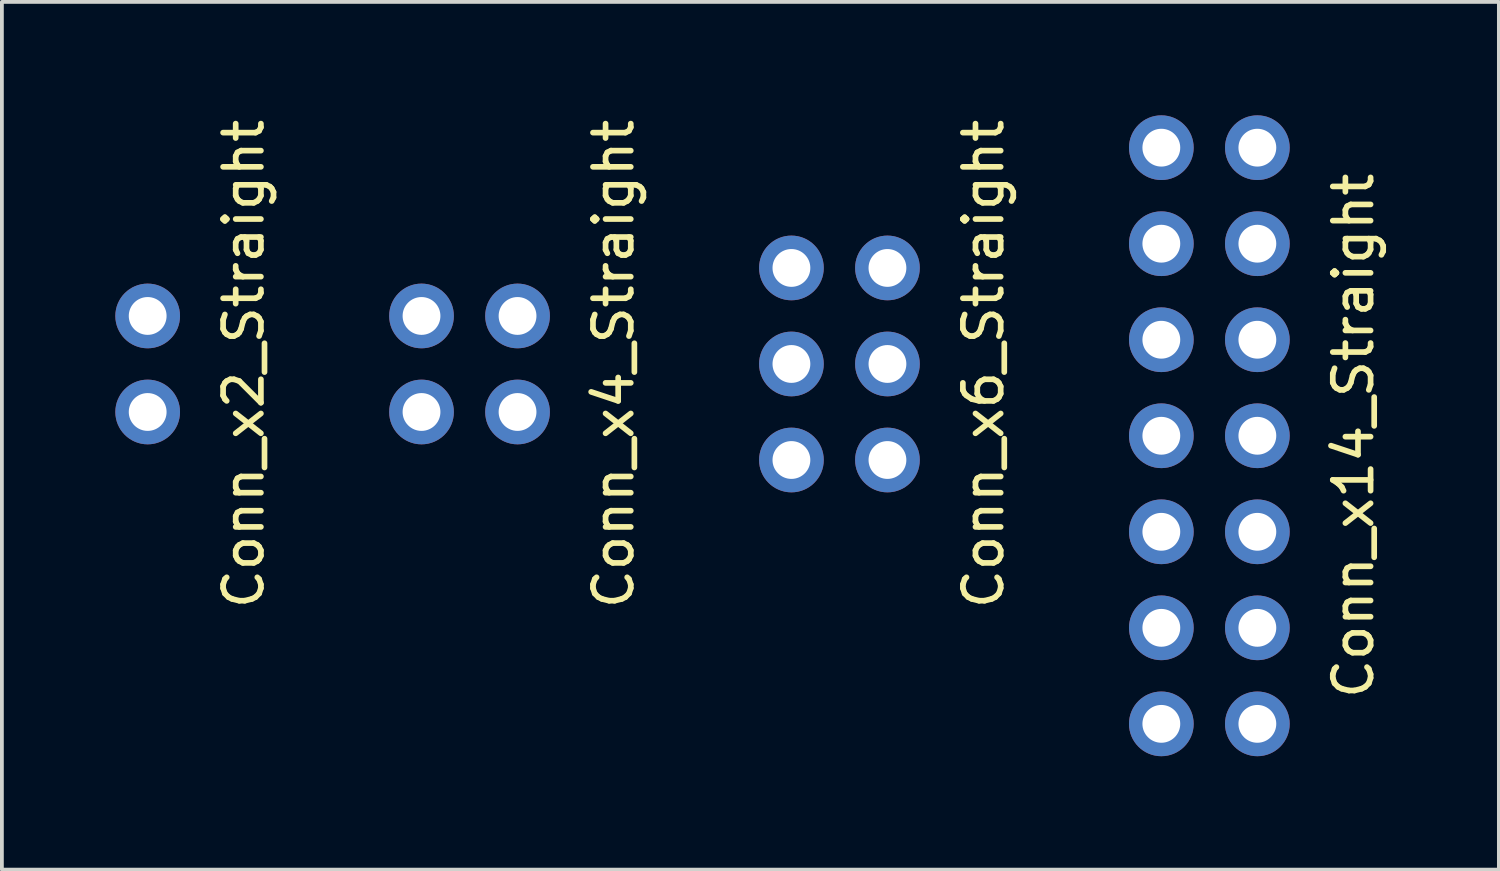
<source format=kicad_pcb>
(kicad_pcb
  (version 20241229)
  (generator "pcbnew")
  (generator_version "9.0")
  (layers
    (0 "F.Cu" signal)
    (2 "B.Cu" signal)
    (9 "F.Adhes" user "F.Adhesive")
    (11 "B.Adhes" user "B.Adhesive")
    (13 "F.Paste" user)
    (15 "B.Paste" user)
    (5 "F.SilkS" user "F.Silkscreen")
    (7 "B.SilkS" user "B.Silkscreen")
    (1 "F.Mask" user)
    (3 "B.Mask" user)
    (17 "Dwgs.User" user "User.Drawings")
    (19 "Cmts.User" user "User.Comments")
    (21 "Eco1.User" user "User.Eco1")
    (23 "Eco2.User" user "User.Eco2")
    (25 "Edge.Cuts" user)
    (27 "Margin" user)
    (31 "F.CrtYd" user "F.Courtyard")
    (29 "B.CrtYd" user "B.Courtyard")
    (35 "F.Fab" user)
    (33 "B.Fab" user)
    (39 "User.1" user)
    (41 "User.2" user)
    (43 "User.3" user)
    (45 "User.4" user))
  (footprint "Conn_x2_Straight"
    (layer "F.Cu")
    (at 0.856 6.577)
    (property "Reference" "Conn_x2_Straight" (at 2.54 0 90) (layer "F.SilkS") (effects (font (size 1 1) (thickness 0.15))))
    (attr through_hole)
    (pad "1" thru_hole circle (at 0 -1.27 180) (size 1.711 1.711) (drill 1) (layers "*.Cu" "*.Mask"))
    (pad "2" thru_hole circle (at 0 1.27 180) (size 1.711 1.711) (drill 1) (layers "*.Cu" "*.Mask")))
  (footprint "Conn_x4_Straight"
    (layer "F.Cu")
    (at 9.369 6.577)
    (property "Reference" "Conn_x4_Straight" (at 3.81 0 90) (layer "F.SilkS") (effects (font (size 1 1) (thickness 0.15))))
    (attr through_hole)
    (pad "1" thru_hole circle (at -1.27 -1.27 180) (size 1.711 1.711) (drill 1) (layers "*.Cu" "*.Mask"))
    (pad "2" thru_hole circle (at -1.27 1.27 180) (size 1.711 1.711) (drill 1) (layers "*.Cu" "*.Mask"))
    (pad "3" thru_hole circle (at 1.27 1.27 180) (size 1.711 1.711) (drill 1) (layers "*.Cu" "*.Mask"))
    (pad "4" thru_hole circle (at 1.27 -1.27 180) (size 1.711 1.711) (drill 1) (layers "*.Cu" "*.Mask")))
  (footprint "Conn_x6_Straight"
    (layer "F.Cu")
    (at 19.153 6.577)
    (property "Reference" "Conn_x6_Straight" (at 3.81 0 90) (layer "F.SilkS") (effects (font (size 1 1) (thickness 0.15))))
    (attr through_hole)
    (pad "1" thru_hole circle (at -1.27 -2.54 180) (size 1.711 1.711) (drill 1) (layers "*.Cu" "*.Mask"))
    (pad "2" thru_hole circle (at -1.27 0 180) (size 1.711 1.711) (drill 1) (layers "*.Cu" "*.Mask"))
    (pad "3" thru_hole circle (at -1.27 2.54 180) (size 1.711 1.711) (drill 1) (layers "*.Cu" "*.Mask"))
    (pad "4" thru_hole circle (at 1.27 2.54 180) (size 1.711 1.711) (drill 1) (layers "*.Cu" "*.Mask"))
    (pad "5" thru_hole circle (at 1.27 0 180) (size 1.711 1.711) (drill 1) (layers "*.Cu" "*.Mask"))
    (pad "6" thru_hole circle (at 1.27 -2.54 180) (size 1.711 1.711) (drill 1) (layers "*.Cu" "*.Mask")))
  (footprint "Conn_x14_Straight"
    (layer "F.Cu")
    (at 28.937 8.476)
    (property "Reference" "Conn_x14_Straight" (at 3.81 0 90) (layer "F.SilkS") (effects (font (size 1 1) (thickness 0.15))))
    (attr through_hole)
    (pad "1" thru_hole circle (at -1.27 -7.62 180) (size 1.711 1.711) (drill 1) (layers "*.Cu" "*.Mask"))
    (pad "2" thru_hole circle (at -1.27 -5.08 180) (size 1.711 1.711) (drill 1) (layers "*.Cu" "*.Mask"))
    (pad "3" thru_hole circle (at -1.27 -2.54 180) (size 1.711 1.711) (drill 1) (layers "*.Cu" "*.Mask"))
    (pad "4" thru_hole circle (at -1.27 0 180) (size 1.711 1.711) (drill 1) (layers "*.Cu" "*.Mask"))
    (pad "5" thru_hole circle (at -1.27 2.54 180) (size 1.711 1.711) (drill 1) (layers "*.Cu" "*.Mask"))
    (pad "6" thru_hole circle (at -1.27 5.08 180) (size 1.711 1.711) (drill 1) (layers "*.Cu" "*.Mask"))
    (pad "7" thru_hole circle (at -1.27 7.62 180) (size 1.711 1.711) (drill 1) (layers "*.Cu" "*.Mask"))
    (pad "8" thru_hole circle (at 1.27 7.62) (size 1.711 1.711) (drill 1) (layers "*.Cu" "*.Mask"))
    (pad "9" thru_hole circle (at 1.27 5.08) (size 1.711 1.711) (drill 1) (layers "*.Cu" "*.Mask"))
    (pad "10" thru_hole circle (at 1.27 2.54) (size 1.711 1.711) (drill 1) (layers "*.Cu" "*.Mask"))
    (pad "11" thru_hole circle (at 1.27 0) (size 1.711 1.711) (drill 1) (layers "*.Cu" "*.Mask"))
    (pad "12" thru_hole circle (at 1.27 -2.54) (size 1.711 1.711) (drill 1) (layers "*.Cu" "*.Mask"))
    (pad "13" thru_hole circle (at 1.27 -5.08) (size 1.711 1.711) (drill 1) (layers "*.Cu" "*.Mask"))
    (pad "14" thru_hole circle (at 1.27 -7.62) (size 1.711 1.711) (drill 1) (layers "*.Cu" "*.Mask")))
  (gr_rect
    (start -3 -3)
    (end 36.595 19.951)
    (stroke (width 0.1) (type default))
    (fill no)
    (layer "Edge.Cuts")))
</source>
